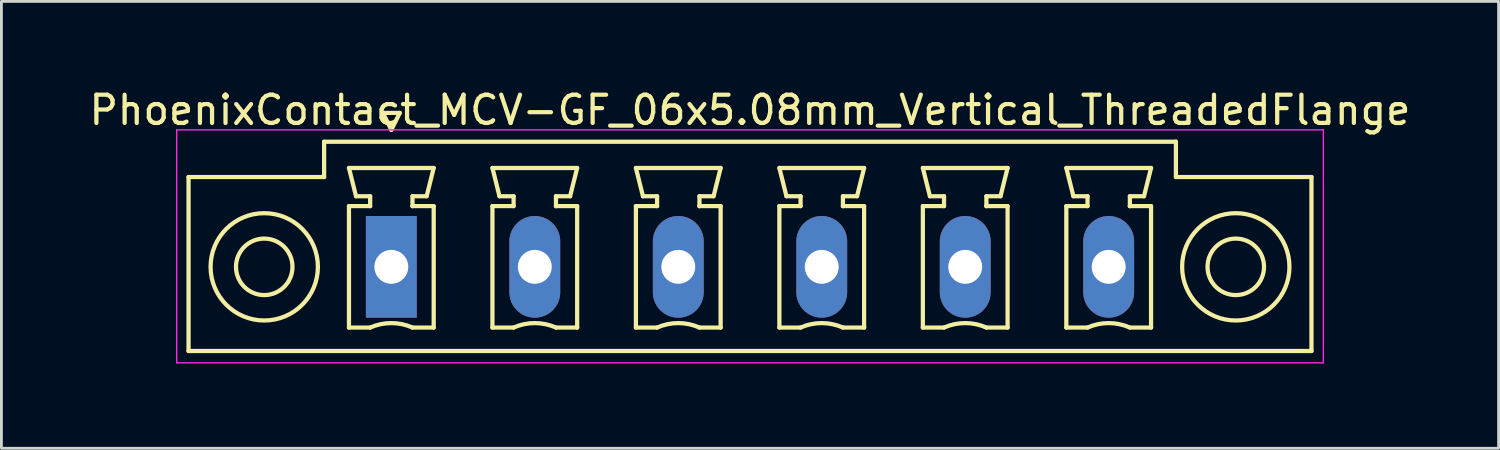
<source format=kicad_pcb>
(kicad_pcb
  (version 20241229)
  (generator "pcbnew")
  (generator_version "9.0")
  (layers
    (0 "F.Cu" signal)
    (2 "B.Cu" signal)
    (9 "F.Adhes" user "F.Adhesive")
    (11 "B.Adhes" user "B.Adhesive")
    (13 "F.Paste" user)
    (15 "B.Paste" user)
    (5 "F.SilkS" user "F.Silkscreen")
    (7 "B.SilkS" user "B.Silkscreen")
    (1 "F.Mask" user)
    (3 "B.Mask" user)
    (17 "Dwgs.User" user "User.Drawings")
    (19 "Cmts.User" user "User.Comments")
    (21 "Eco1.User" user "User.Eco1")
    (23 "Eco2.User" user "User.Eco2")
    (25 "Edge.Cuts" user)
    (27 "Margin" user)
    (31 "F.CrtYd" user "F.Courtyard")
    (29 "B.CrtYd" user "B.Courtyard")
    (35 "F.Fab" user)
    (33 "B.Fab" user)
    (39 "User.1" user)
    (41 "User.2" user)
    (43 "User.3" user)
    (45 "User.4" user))
  (footprint "PhoenixContact_MCV-GF_06x5.08mm_Vertical_ThreadedFlange"
    (layer "F.Cu")
    (at 10.806 6.398)
    (property "Reference" "PhoenixContact_MCV-GF_06x5.08mm_Vertical_ThreadedFlange" (at 12.7 -5.55 0) (layer "F.SilkS") (effects (font (size 1 1) (thickness 0.15))))
    (attr through_hole)
    (fp_line (start -7.18 -3.18) (end -7.18 2.98) (stroke (width 0.15) (type solid)) (layer "F.SilkS"))
    (fp_line (start -7.18 2.98) (end 32.58 2.98) (stroke (width 0.15) (type solid)) (layer "F.SilkS"))
    (fp_line (start -2.38 -4.43) (end -2.38 -3.18) (stroke (width 0.15) (type solid)) (layer "F.SilkS"))
    (fp_line (start -2.38 -3.18) (end -7.18 -3.18) (stroke (width 0.15) (type solid)) (layer "F.SilkS"))
    (fp_line (start -1.5 -3.5) (end 1.5 -3.5) (stroke (width 0.15) (type solid)) (layer "F.SilkS"))
    (fp_line (start -1.5 -2.15) (end -0.75 -2.15) (stroke (width 0.15) (type solid)) (layer "F.SilkS"))
    (fp_line (start -1.5 2.15) (end -1.5 -2.15) (stroke (width 0.15) (type solid)) (layer "F.SilkS"))
    (fp_line (start -1.25 -2.5) (end -1.5 -3.5) (stroke (width 0.15) (type solid)) (layer "F.SilkS"))
    (fp_line (start -0.75 -2.5) (end -1.25 -2.5) (stroke (width 0.15) (type solid)) (layer "F.SilkS"))
    (fp_line (start -0.75 -2.15) (end -0.75 -2.5) (stroke (width 0.15) (type solid)) (layer "F.SilkS"))
    (fp_line (start -0.75 2.15) (end -1.5 2.15) (stroke (width 0.15) (type solid)) (layer "F.SilkS"))
    (fp_line (start -0.3 -5.45) (end 0 -4.85) (stroke (width 0.15) (type solid)) (layer "F.SilkS"))
    (fp_line (start 0 -4.85) (end 0.3 -5.45) (stroke (width 0.15) (type solid)) (layer "F.SilkS"))
    (fp_line (start 0.3 -5.45) (end -0.3 -5.45) (stroke (width 0.15) (type solid)) (layer "F.SilkS"))
    (fp_line (start 0.75 -2.5) (end 0.75 -2.15) (stroke (width 0.15) (type solid)) (layer "F.SilkS"))
    (fp_line (start 0.75 -2.15) (end 0.75 -2.15) (stroke (width 0.15) (type solid)) (layer "F.SilkS"))
    (fp_line (start 0.75 -2.15) (end 1.5 -2.15) (stroke (width 0.15) (type solid)) (layer "F.SilkS"))
    (fp_line (start 1.25 -2.5) (end 0.75 -2.5) (stroke (width 0.15) (type solid)) (layer "F.SilkS"))
    (fp_line (start 1.5 -3.5) (end 1.25 -2.5) (stroke (width 0.15) (type solid)) (layer "F.SilkS"))
    (fp_line (start 1.5 -2.15) (end 1.5 2.15) (stroke (width 0.15) (type solid)) (layer "F.SilkS"))
    (fp_line (start 1.5 2.15) (end 0.75 2.15) (stroke (width 0.15) (type solid)) (layer "F.SilkS"))
    (fp_line (start 3.58 -3.5) (end 6.58 -3.5) (stroke (width 0.15) (type solid)) (layer "F.SilkS"))
    (fp_line (start 3.58 -2.15) (end 4.33 -2.15) (stroke (width 0.15) (type solid)) (layer "F.SilkS"))
    (fp_line (start 3.58 2.15) (end 3.58 -2.15) (stroke (width 0.15) (type solid)) (layer "F.SilkS"))
    (fp_line (start 3.83 -2.5) (end 3.58 -3.5) (stroke (width 0.15) (type solid)) (layer "F.SilkS"))
    (fp_line (start 4.33 -2.5) (end 3.83 -2.5) (stroke (width 0.15) (type solid)) (layer "F.SilkS"))
    (fp_line (start 4.33 -2.15) (end 4.33 -2.5) (stroke (width 0.15) (type solid)) (layer "F.SilkS"))
    (fp_line (start 4.33 2.15) (end 3.58 2.15) (stroke (width 0.15) (type solid)) (layer "F.SilkS"))
    (fp_line (start 5.83 -2.5) (end 5.83 -2.15) (stroke (width 0.15) (type solid)) (layer "F.SilkS"))
    (fp_line (start 5.83 -2.15) (end 5.83 -2.15) (stroke (width 0.15) (type solid)) (layer "F.SilkS"))
    (fp_line (start 5.83 -2.15) (end 6.58 -2.15) (stroke (width 0.15) (type solid)) (layer "F.SilkS"))
    (fp_line (start 6.33 -2.5) (end 5.83 -2.5) (stroke (width 0.15) (type solid)) (layer "F.SilkS"))
    (fp_line (start 6.58 -3.5) (end 6.33 -2.5) (stroke (width 0.15) (type solid)) (layer "F.SilkS"))
    (fp_line (start 6.58 -2.15) (end 6.58 2.15) (stroke (width 0.15) (type solid)) (layer "F.SilkS"))
    (fp_line (start 6.58 2.15) (end 5.83 2.15) (stroke (width 0.15) (type solid)) (layer "F.SilkS"))
    (fp_line (start 8.66 -3.5) (end 11.66 -3.5) (stroke (width 0.15) (type solid)) (layer "F.SilkS"))
    (fp_line (start 8.66 -2.15) (end 9.41 -2.15) (stroke (width 0.15) (type solid)) (layer "F.SilkS"))
    (fp_line (start 8.66 2.15) (end 8.66 -2.15) (stroke (width 0.15) (type solid)) (layer "F.SilkS"))
    (fp_line (start 8.91 -2.5) (end 8.66 -3.5) (stroke (width 0.15) (type solid)) (layer "F.SilkS"))
    (fp_line (start 9.41 -2.5) (end 8.91 -2.5) (stroke (width 0.15) (type solid)) (layer "F.SilkS"))
    (fp_line (start 9.41 -2.15) (end 9.41 -2.5) (stroke (width 0.15) (type solid)) (layer "F.SilkS"))
    (fp_line (start 9.41 2.15) (end 8.66 2.15) (stroke (width 0.15) (type solid)) (layer "F.SilkS"))
    (fp_line (start 10.91 -2.5) (end 10.91 -2.15) (stroke (width 0.15) (type solid)) (layer "F.SilkS"))
    (fp_line (start 10.91 -2.15) (end 10.91 -2.15) (stroke (width 0.15) (type solid)) (layer "F.SilkS"))
    (fp_line (start 10.91 -2.15) (end 11.66 -2.15) (stroke (width 0.15) (type solid)) (layer "F.SilkS"))
    (fp_line (start 11.41 -2.5) (end 10.91 -2.5) (stroke (width 0.15) (type solid)) (layer "F.SilkS"))
    (fp_line (start 11.66 -3.5) (end 11.41 -2.5) (stroke (width 0.15) (type solid)) (layer "F.SilkS"))
    (fp_line (start 11.66 -2.15) (end 11.66 2.15) (stroke (width 0.15) (type solid)) (layer "F.SilkS"))
    (fp_line (start 11.66 2.15) (end 10.91 2.15) (stroke (width 0.15) (type solid)) (layer "F.SilkS"))
    (fp_line (start 13.74 -3.5) (end 16.74 -3.5) (stroke (width 0.15) (type solid)) (layer "F.SilkS"))
    (fp_line (start 13.74 -2.15) (end 14.49 -2.15) (stroke (width 0.15) (type solid)) (layer "F.SilkS"))
    (fp_line (start 13.74 2.15) (end 13.74 -2.15) (stroke (width 0.15) (type solid)) (layer "F.SilkS"))
    (fp_line (start 13.99 -2.5) (end 13.74 -3.5) (stroke (width 0.15) (type solid)) (layer "F.SilkS"))
    (fp_line (start 14.49 -2.5) (end 13.99 -2.5) (stroke (width 0.15) (type solid)) (layer "F.SilkS"))
    (fp_line (start 14.49 -2.15) (end 14.49 -2.5) (stroke (width 0.15) (type solid)) (layer "F.SilkS"))
    (fp_line (start 14.49 2.15) (end 13.74 2.15) (stroke (width 0.15) (type solid)) (layer "F.SilkS"))
    (fp_line (start 15.99 -2.5) (end 15.99 -2.15) (stroke (width 0.15) (type solid)) (layer "F.SilkS"))
    (fp_line (start 15.99 -2.15) (end 15.99 -2.15) (stroke (width 0.15) (type solid)) (layer "F.SilkS"))
    (fp_line (start 15.99 -2.15) (end 16.74 -2.15) (stroke (width 0.15) (type solid)) (layer "F.SilkS"))
    (fp_line (start 16.49 -2.5) (end 15.99 -2.5) (stroke (width 0.15) (type solid)) (layer "F.SilkS"))
    (fp_line (start 16.74 -3.5) (end 16.49 -2.5) (stroke (width 0.15) (type solid)) (layer "F.SilkS"))
    (fp_line (start 16.74 -2.15) (end 16.74 2.15) (stroke (width 0.15) (type solid)) (layer "F.SilkS"))
    (fp_line (start 16.74 2.15) (end 15.99 2.15) (stroke (width 0.15) (type solid)) (layer "F.SilkS"))
    (fp_line (start 18.82 -3.5) (end 21.82 -3.5) (stroke (width 0.15) (type solid)) (layer "F.SilkS"))
    (fp_line (start 18.82 -2.15) (end 19.57 -2.15) (stroke (width 0.15) (type solid)) (layer "F.SilkS"))
    (fp_line (start 18.82 2.15) (end 18.82 -2.15) (stroke (width 0.15) (type solid)) (layer "F.SilkS"))
    (fp_line (start 19.07 -2.5) (end 18.82 -3.5) (stroke (width 0.15) (type solid)) (layer "F.SilkS"))
    (fp_line (start 19.57 -2.5) (end 19.07 -2.5) (stroke (width 0.15) (type solid)) (layer "F.SilkS"))
    (fp_line (start 19.57 -2.15) (end 19.57 -2.5) (stroke (width 0.15) (type solid)) (layer "F.SilkS"))
    (fp_line (start 19.57 2.15) (end 18.82 2.15) (stroke (width 0.15) (type solid)) (layer "F.SilkS"))
    (fp_line (start 21.07 -2.5) (end 21.07 -2.15) (stroke (width 0.15) (type solid)) (layer "F.SilkS"))
    (fp_line (start 21.07 -2.15) (end 21.07 -2.15) (stroke (width 0.15) (type solid)) (layer "F.SilkS"))
    (fp_line (start 21.07 -2.15) (end 21.82 -2.15) (stroke (width 0.15) (type solid)) (layer "F.SilkS"))
    (fp_line (start 21.57 -2.5) (end 21.07 -2.5) (stroke (width 0.15) (type solid)) (layer "F.SilkS"))
    (fp_line (start 21.82 -3.5) (end 21.57 -2.5) (stroke (width 0.15) (type solid)) (layer "F.SilkS"))
    (fp_line (start 21.82 -2.15) (end 21.82 2.15) (stroke (width 0.15) (type solid)) (layer "F.SilkS"))
    (fp_line (start 21.82 2.15) (end 21.07 2.15) (stroke (width 0.15) (type solid)) (layer "F.SilkS"))
    (fp_line (start 23.9 -3.5) (end 26.9 -3.5) (stroke (width 0.15) (type solid)) (layer "F.SilkS"))
    (fp_line (start 23.9 -2.15) (end 24.65 -2.15) (stroke (width 0.15) (type solid)) (layer "F.SilkS"))
    (fp_line (start 23.9 2.15) (end 23.9 -2.15) (stroke (width 0.15) (type solid)) (layer "F.SilkS"))
    (fp_line (start 24.15 -2.5) (end 23.9 -3.5) (stroke (width 0.15) (type solid)) (layer "F.SilkS"))
    (fp_line (start 24.65 -2.5) (end 24.15 -2.5) (stroke (width 0.15) (type solid)) (layer "F.SilkS"))
    (fp_line (start 24.65 -2.15) (end 24.65 -2.5) (stroke (width 0.15) (type solid)) (layer "F.SilkS"))
    (fp_line (start 24.65 2.15) (end 23.9 2.15) (stroke (width 0.15) (type solid)) (layer "F.SilkS"))
    (fp_line (start 26.15 -2.5) (end 26.15 -2.15) (stroke (width 0.15) (type solid)) (layer "F.SilkS"))
    (fp_line (start 26.15 -2.15) (end 26.15 -2.15) (stroke (width 0.15) (type solid)) (layer "F.SilkS"))
    (fp_line (start 26.15 -2.15) (end 26.9 -2.15) (stroke (width 0.15) (type solid)) (layer "F.SilkS"))
    (fp_line (start 26.65 -2.5) (end 26.15 -2.5) (stroke (width 0.15) (type solid)) (layer "F.SilkS"))
    (fp_line (start 26.9 -3.5) (end 26.65 -2.5) (stroke (width 0.15) (type solid)) (layer "F.SilkS"))
    (fp_line (start 26.9 -2.15) (end 26.9 2.15) (stroke (width 0.15) (type solid)) (layer "F.SilkS"))
    (fp_line (start 26.9 2.15) (end 26.15 2.15) (stroke (width 0.15) (type solid)) (layer "F.SilkS"))
    (fp_line (start 27.78 -4.43) (end -2.38 -4.43) (stroke (width 0.15) (type solid)) (layer "F.SilkS"))
    (fp_line (start 27.78 -3.18) (end 27.78 -4.43) (stroke (width 0.15) (type solid)) (layer "F.SilkS"))
    (fp_line (start 32.58 -3.18) (end 27.78 -3.18) (stroke (width 0.15) (type solid)) (layer "F.SilkS"))
    (fp_line (start 32.58 2.98) (end 32.58 -3.18) (stroke (width 0.15) (type solid)) (layer "F.SilkS"))
    (fp_arc (start -0.75 2.15) (mid -0.000193 1.99191) (end 0.749647 2.149844) (stroke (width 0.15) (type solid)) (layer "F.SilkS"))
    (fp_arc (start 4.33 2.15) (mid 5.079807 1.99191) (end 5.829647 2.149844) (stroke (width 0.15) (type solid)) (layer "F.SilkS"))
    (fp_arc (start 9.41 2.15) (mid 10.159807 1.99191) (end 10.909647 2.149844) (stroke (width 0.15) (type solid)) (layer "F.SilkS"))
    (fp_arc (start 14.49 2.15) (mid 15.239807 1.99191) (end 15.989647 2.149844) (stroke (width 0.15) (type solid)) (layer "F.SilkS"))
    (fp_arc (start 19.57 2.15) (mid 20.319807 1.99191) (end 21.069647 2.149844) (stroke (width 0.15) (type solid)) (layer "F.SilkS"))
    (fp_arc (start 24.65 2.15) (mid 25.399807 1.99191) (end 26.149647 2.149844) (stroke (width 0.15) (type solid)) (layer "F.SilkS"))
    (fp_circle (center -4.5 0) (end -3.5 0) (stroke (width 0.15) (type solid)) (fill no) (layer "F.SilkS"))
    (fp_circle (center -4.5 0) (end -2.6 0) (stroke (width 0.15) (type solid)) (fill no) (layer "F.SilkS"))
    (fp_circle (center 29.9 0) (end 30.9 0) (stroke (width 0.15) (type solid)) (fill no) (layer "F.SilkS"))
    (fp_circle (center 29.9 0) (end 31.8 0) (stroke (width 0.15) (type solid)) (fill no) (layer "F.SilkS"))
    (fp_line (start -7.6 -4.85) (end -7.6 3.4) (stroke (width 0.05) (type solid)) (layer "F.CrtYd"))
    (fp_line (start -7.6 3.4) (end 33 3.4) (stroke (width 0.05) (type solid)) (layer "F.CrtYd"))
    (fp_line (start 33 -4.85) (end -7.6 -4.85) (stroke (width 0.05) (type solid)) (layer "F.CrtYd"))
    (fp_line (start 33 3.4) (end 33 -4.85) (stroke (width 0.05) (type solid)) (layer "F.CrtYd"))
    (pad "1" thru_hole rect (at 0 0) (size 1.8 3.6) (drill 1.2) (layers "*.Cu" "*.Mask"))
    (pad "2" thru_hole oval (at 5.08 0) (size 1.8 3.6) (drill 1.2) (layers "*.Cu" "*.Mask"))
    (pad "3" thru_hole oval (at 10.16 0) (size 1.8 3.6) (drill 1.2) (layers "*.Cu" "*.Mask"))
    (pad "4" thru_hole oval (at 15.24 0) (size 1.8 3.6) (drill 1.2) (layers "*.Cu" "*.Mask"))
    (pad "5" thru_hole oval (at 20.32 0) (size 1.8 3.6) (drill 1.2) (layers "*.Cu" "*.Mask"))
    (pad "6" thru_hole oval (at 25.4 0) (size 1.8 3.6) (drill 1.2) (layers "*.Cu" "*.Mask")))
  (gr_rect
    (start -3 -3)
    (end 50.012 12.823)
    (stroke (width 0.1) (type default))
    (fill no)
    (layer "Edge.Cuts")))
</source>
